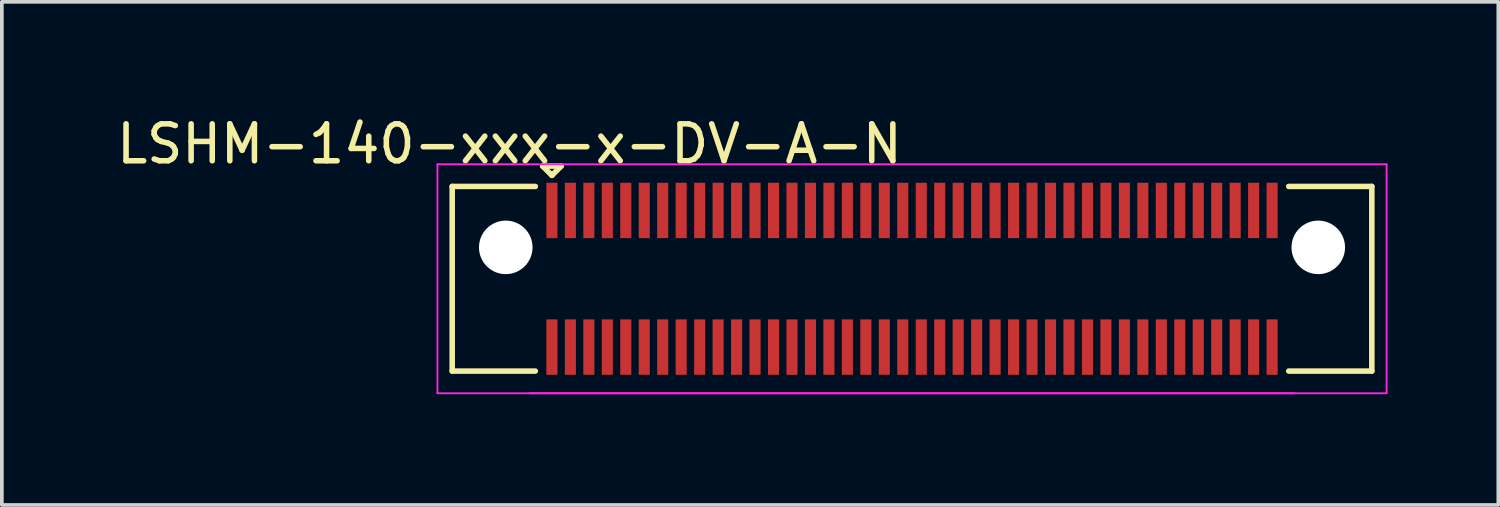
<source format=kicad_pcb>
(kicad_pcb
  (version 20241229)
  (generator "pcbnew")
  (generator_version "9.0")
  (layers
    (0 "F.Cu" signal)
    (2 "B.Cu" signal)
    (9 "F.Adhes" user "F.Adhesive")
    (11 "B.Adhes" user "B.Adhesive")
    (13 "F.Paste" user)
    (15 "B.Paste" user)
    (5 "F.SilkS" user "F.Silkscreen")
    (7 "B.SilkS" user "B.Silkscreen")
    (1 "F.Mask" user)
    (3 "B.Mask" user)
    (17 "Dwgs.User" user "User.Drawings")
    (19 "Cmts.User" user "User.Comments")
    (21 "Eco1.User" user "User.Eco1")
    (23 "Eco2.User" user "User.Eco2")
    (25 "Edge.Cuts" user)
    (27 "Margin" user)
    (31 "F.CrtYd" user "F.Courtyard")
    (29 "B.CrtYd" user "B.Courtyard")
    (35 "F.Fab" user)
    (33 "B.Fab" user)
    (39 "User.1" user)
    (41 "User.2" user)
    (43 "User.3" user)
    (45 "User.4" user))
  (footprint "LSHM-140-xxx-x-DV-A-N"
    (layer "F.Cu")
    (at 21.644 4.498)
    (property "Reference" "LSHM-140-xxx-x-DV-A-N" (at -10.9 -3.65 0) (layer "F.SilkS") (effects (font (size 1 1) (thickness 0.15))))
    (attr smd)
    (fp_line (start -12.45 -2.5) (end -12.45 2.5) (stroke (width 0.15) (type solid)) (layer "F.SilkS"))
    (fp_line (start -12.45 -2.5) (end -10.2 -2.5) (stroke (width 0.15) (type solid)) (layer "F.SilkS"))
    (fp_line (start -12.45 2.5) (end -10.2 2.5) (stroke (width 0.15) (type solid)) (layer "F.SilkS"))
    (fp_line (start -10 -3.05) (end -9.75 -2.8) (stroke (width 0.15) (type solid)) (layer "F.SilkS"))
    (fp_line (start -9.75 -2.8) (end -9.5 -3.05) (stroke (width 0.15) (type solid)) (layer "F.SilkS"))
    (fp_line (start -9.5 -3.05) (end -10 -3.05) (stroke (width 0.15) (type solid)) (layer "F.SilkS"))
    (fp_line (start 12.45 -2.5) (end 10.2 -2.5) (stroke (width 0.15) (type solid)) (layer "F.SilkS"))
    (fp_line (start 12.45 -2.5) (end 12.45 2.5) (stroke (width 0.15) (type solid)) (layer "F.SilkS"))
    (fp_line (start 12.45 2.5) (end 10.2 2.5) (stroke (width 0.15) (type solid)) (layer "F.SilkS"))
    (fp_line (start -12.85 -3.1) (end 12.85 -3.1) (stroke (width 0.05) (type solid)) (layer "F.CrtYd"))
    (fp_line (start -12.85 3.1) (end -12.85 -3.1) (stroke (width 0.05) (type solid)) (layer "F.CrtYd"))
    (fp_line (start -12.85 3.1) (end 12.85 3.1) (stroke (width 0.05) (type solid)) (layer "F.CrtYd"))
    (fp_line (start -10.35 3.1) (end 10.35 3.1) (stroke (width 0.05) (type solid)) (layer "F.CrtYd"))
    (fp_line (start 12.85 3.1) (end 12.85 -3.1) (stroke (width 0.05) (type solid)) (layer "F.CrtYd"))
    (pad "" np_thru_hole circle (at -11 -0.85) (size 1.45 1.45) (drill 1.45) (layers "*.Cu" "*.Mask"))
    (pad "" np_thru_hole circle (at 11 -0.85) (size 1.45 1.45) (drill 1.45) (layers "*.Cu" "*.Mask"))
    (pad "1" smd rect (at -9.75 -1.85) (size 0.3 1.5) (layers "F.Cu" "F.Mask" "F.Paste"))
    (pad "2" smd rect (at -9.75 1.85) (size 0.3 1.5) (layers "F.Cu" "F.Mask" "F.Paste"))
    (pad "3" smd rect (at -9.25 -1.85) (size 0.3 1.5) (layers "F.Cu" "F.Mask" "F.Paste"))
    (pad "4" smd rect (at -9.25 1.85) (size 0.3 1.5) (layers "F.Cu" "F.Mask" "F.Paste"))
    (pad "5" smd rect (at -8.75 -1.85) (size 0.3 1.5) (layers "F.Cu" "F.Mask" "F.Paste"))
    (pad "6" smd rect (at -8.75 1.85) (size 0.3 1.5) (layers "F.Cu" "F.Mask" "F.Paste"))
    (pad "7" smd rect (at -8.25 -1.85) (size 0.3 1.5) (layers "F.Cu" "F.Mask" "F.Paste"))
    (pad "8" smd rect (at -8.25 1.85) (size 0.3 1.5) (layers "F.Cu" "F.Mask" "F.Paste"))
    (pad "9" smd rect (at -7.75 -1.85) (size 0.3 1.5) (layers "F.Cu" "F.Mask" "F.Paste"))
    (pad "10" smd rect (at -7.75 1.85) (size 0.3 1.5) (layers "F.Cu" "F.Mask" "F.Paste"))
    (pad "11" smd rect (at -7.25 -1.85) (size 0.3 1.5) (layers "F.Cu" "F.Mask" "F.Paste"))
    (pad "12" smd rect (at -7.25 1.85) (size 0.3 1.5) (layers "F.Cu" "F.Mask" "F.Paste"))
    (pad "13" smd rect (at -6.75 -1.85) (size 0.3 1.5) (layers "F.Cu" "F.Mask" "F.Paste"))
    (pad "14" smd rect (at -6.75 1.85) (size 0.3 1.5) (layers "F.Cu" "F.Mask" "F.Paste"))
    (pad "15" smd rect (at -6.25 -1.85) (size 0.3 1.5) (layers "F.Cu" "F.Mask" "F.Paste"))
    (pad "16" smd rect (at -6.25 1.85) (size 0.3 1.5) (layers "F.Cu" "F.Mask" "F.Paste"))
    (pad "17" smd rect (at -5.75 -1.85) (size 0.3 1.5) (layers "F.Cu" "F.Mask" "F.Paste"))
    (pad "18" smd rect (at -5.75 1.85) (size 0.3 1.5) (layers "F.Cu" "F.Mask" "F.Paste"))
    (pad "19" smd rect (at -5.25 -1.85) (size 0.3 1.5) (layers "F.Cu" "F.Mask" "F.Paste"))
    (pad "20" smd rect (at -5.25 1.85) (size 0.3 1.5) (layers "F.Cu" "F.Mask" "F.Paste"))
    (pad "21" smd rect (at -4.75 -1.85) (size 0.3 1.5) (layers "F.Cu" "F.Mask" "F.Paste"))
    (pad "22" smd rect (at -4.75 1.85) (size 0.3 1.5) (layers "F.Cu" "F.Mask" "F.Paste"))
    (pad "23" smd rect (at -4.25 -1.85) (size 0.3 1.5) (layers "F.Cu" "F.Mask" "F.Paste"))
    (pad "24" smd rect (at -4.25 1.85) (size 0.3 1.5) (layers "F.Cu" "F.Mask" "F.Paste"))
    (pad "25" smd rect (at -3.75 -1.85) (size 0.3 1.5) (layers "F.Cu" "F.Mask" "F.Paste"))
    (pad "26" smd rect (at -3.75 1.85) (size 0.3 1.5) (layers "F.Cu" "F.Mask" "F.Paste"))
    (pad "27" smd rect (at -3.25 -1.85) (size 0.3 1.5) (layers "F.Cu" "F.Mask" "F.Paste"))
    (pad "28" smd rect (at -3.25 1.85) (size 0.3 1.5) (layers "F.Cu" "F.Mask" "F.Paste"))
    (pad "29" smd rect (at -2.75 -1.85) (size 0.3 1.5) (layers "F.Cu" "F.Mask" "F.Paste"))
    (pad "30" smd rect (at -2.75 1.85) (size 0.3 1.5) (layers "F.Cu" "F.Mask" "F.Paste"))
    (pad "31" smd rect (at -2.25 -1.85) (size 0.3 1.5) (layers "F.Cu" "F.Mask" "F.Paste"))
    (pad "32" smd rect (at -2.25 1.85) (size 0.3 1.5) (layers "F.Cu" "F.Mask" "F.Paste"))
    (pad "33" smd rect (at -1.75 -1.85) (size 0.3 1.5) (layers "F.Cu" "F.Mask" "F.Paste"))
    (pad "34" smd rect (at -1.75 1.85) (size 0.3 1.5) (layers "F.Cu" "F.Mask" "F.Paste"))
    (pad "35" smd rect (at -1.25 -1.85) (size 0.3 1.5) (layers "F.Cu" "F.Mask" "F.Paste"))
    (pad "36" smd rect (at -1.25 1.85) (size 0.3 1.5) (layers "F.Cu" "F.Mask" "F.Paste"))
    (pad "37" smd rect (at -0.75 -1.85) (size 0.3 1.5) (layers "F.Cu" "F.Mask" "F.Paste"))
    (pad "38" smd rect (at -0.75 1.85) (size 0.3 1.5) (layers "F.Cu" "F.Mask" "F.Paste"))
    (pad "39" smd rect (at -0.25 -1.85) (size 0.3 1.5) (layers "F.Cu" "F.Mask" "F.Paste"))
    (pad "40" smd rect (at -0.25 1.85) (size 0.3 1.5) (layers "F.Cu" "F.Mask" "F.Paste"))
    (pad "41" smd rect (at 0.25 -1.85) (size 0.3 1.5) (layers "F.Cu" "F.Mask" "F.Paste"))
    (pad "42" smd rect (at 0.25 1.85) (size 0.3 1.5) (layers "F.Cu" "F.Mask" "F.Paste"))
    (pad "43" smd rect (at 0.75 -1.85) (size 0.3 1.5) (layers "F.Cu" "F.Mask" "F.Paste"))
    (pad "44" smd rect (at 0.75 1.85) (size 0.3 1.5) (layers "F.Cu" "F.Mask" "F.Paste"))
    (pad "45" smd rect (at 1.25 -1.85) (size 0.3 1.5) (layers "F.Cu" "F.Mask" "F.Paste"))
    (pad "46" smd rect (at 1.25 1.85) (size 0.3 1.5) (layers "F.Cu" "F.Mask" "F.Paste"))
    (pad "47" smd rect (at 1.75 -1.85) (size 0.3 1.5) (layers "F.Cu" "F.Mask" "F.Paste"))
    (pad "48" smd rect (at 1.75 1.85) (size 0.3 1.5) (layers "F.Cu" "F.Mask" "F.Paste"))
    (pad "49" smd rect (at 2.25 -1.85) (size 0.3 1.5) (layers "F.Cu" "F.Mask" "F.Paste"))
    (pad "50" smd rect (at 2.25 1.85) (size 0.3 1.5) (layers "F.Cu" "F.Mask" "F.Paste"))
    (pad "51" smd rect (at 2.75 -1.85) (size 0.3 1.5) (layers "F.Cu" "F.Mask" "F.Paste"))
    (pad "52" smd rect (at 2.75 1.85) (size 0.3 1.5) (layers "F.Cu" "F.Mask" "F.Paste"))
    (pad "53" smd rect (at 3.25 -1.85) (size 0.3 1.5) (layers "F.Cu" "F.Mask" "F.Paste"))
    (pad "54" smd rect (at 3.25 1.85) (size 0.3 1.5) (layers "F.Cu" "F.Mask" "F.Paste"))
    (pad "55" smd rect (at 3.75 -1.85) (size 0.3 1.5) (layers "F.Cu" "F.Mask" "F.Paste"))
    (pad "56" smd rect (at 3.75 1.85) (size 0.3 1.5) (layers "F.Cu" "F.Mask" "F.Paste"))
    (pad "57" smd rect (at 4.25 -1.85) (size 0.3 1.5) (layers "F.Cu" "F.Mask" "F.Paste"))
    (pad "58" smd rect (at 4.25 1.85) (size 0.3 1.5) (layers "F.Cu" "F.Mask" "F.Paste"))
    (pad "59" smd rect (at 4.75 -1.85) (size 0.3 1.5) (layers "F.Cu" "F.Mask" "F.Paste"))
    (pad "60" smd rect (at 4.75 1.85) (size 0.3 1.5) (layers "F.Cu" "F.Mask" "F.Paste"))
    (pad "61" smd rect (at 5.25 -1.85) (size 0.3 1.5) (layers "F.Cu" "F.Mask" "F.Paste"))
    (pad "62" smd rect (at 5.25 1.85) (size 0.3 1.5) (layers "F.Cu" "F.Mask" "F.Paste"))
    (pad "63" smd rect (at 5.75 -1.85) (size 0.3 1.5) (layers "F.Cu" "F.Mask" "F.Paste"))
    (pad "64" smd rect (at 5.75 1.85) (size 0.3 1.5) (layers "F.Cu" "F.Mask" "F.Paste"))
    (pad "65" smd rect (at 6.25 -1.85) (size 0.3 1.5) (layers "F.Cu" "F.Mask" "F.Paste"))
    (pad "66" smd rect (at 6.25 1.85) (size 0.3 1.5) (layers "F.Cu" "F.Mask" "F.Paste"))
    (pad "67" smd rect (at 6.75 -1.85) (size 0.3 1.5) (layers "F.Cu" "F.Mask" "F.Paste"))
    (pad "68" smd rect (at 6.75 1.85) (size 0.3 1.5) (layers "F.Cu" "F.Mask" "F.Paste"))
    (pad "69" smd rect (at 7.25 -1.85) (size 0.3 1.5) (layers "F.Cu" "F.Mask" "F.Paste"))
    (pad "70" smd rect (at 7.25 1.85) (size 0.3 1.5) (layers "F.Cu" "F.Mask" "F.Paste"))
    (pad "71" smd rect (at 7.75 -1.85) (size 0.3 1.5) (layers "F.Cu" "F.Mask" "F.Paste"))
    (pad "72" smd rect (at 7.75 1.85) (size 0.3 1.5) (layers "F.Cu" "F.Mask" "F.Paste"))
    (pad "73" smd rect (at 8.25 -1.85) (size 0.3 1.5) (layers "F.Cu" "F.Mask" "F.Paste"))
    (pad "74" smd rect (at 8.25 1.85) (size 0.3 1.5) (layers "F.Cu" "F.Mask" "F.Paste"))
    (pad "75" smd rect (at 8.75 -1.85) (size 0.3 1.5) (layers "F.Cu" "F.Mask" "F.Paste"))
    (pad "76" smd rect (at 8.75 1.85) (size 0.3 1.5) (layers "F.Cu" "F.Mask" "F.Paste"))
    (pad "77" smd rect (at 9.25 -1.85) (size 0.3 1.5) (layers "F.Cu" "F.Mask" "F.Paste"))
    (pad "78" smd rect (at 9.25 1.85) (size 0.3 1.5) (layers "F.Cu" "F.Mask" "F.Paste"))
    (pad "79" smd rect (at 9.75 -1.85) (size 0.3 1.5) (layers "F.Cu" "F.Mask" "F.Paste"))
    (pad "80" smd rect (at 9.75 1.85) (size 0.3 1.5) (layers "F.Cu" "F.Mask" "F.Paste")))
  (gr_rect
    (start -3 -3)
    (end 37.519 10.623)
    (stroke (width 0.1) (type default))
    (fill no)
    (layer "Edge.Cuts")))
</source>
